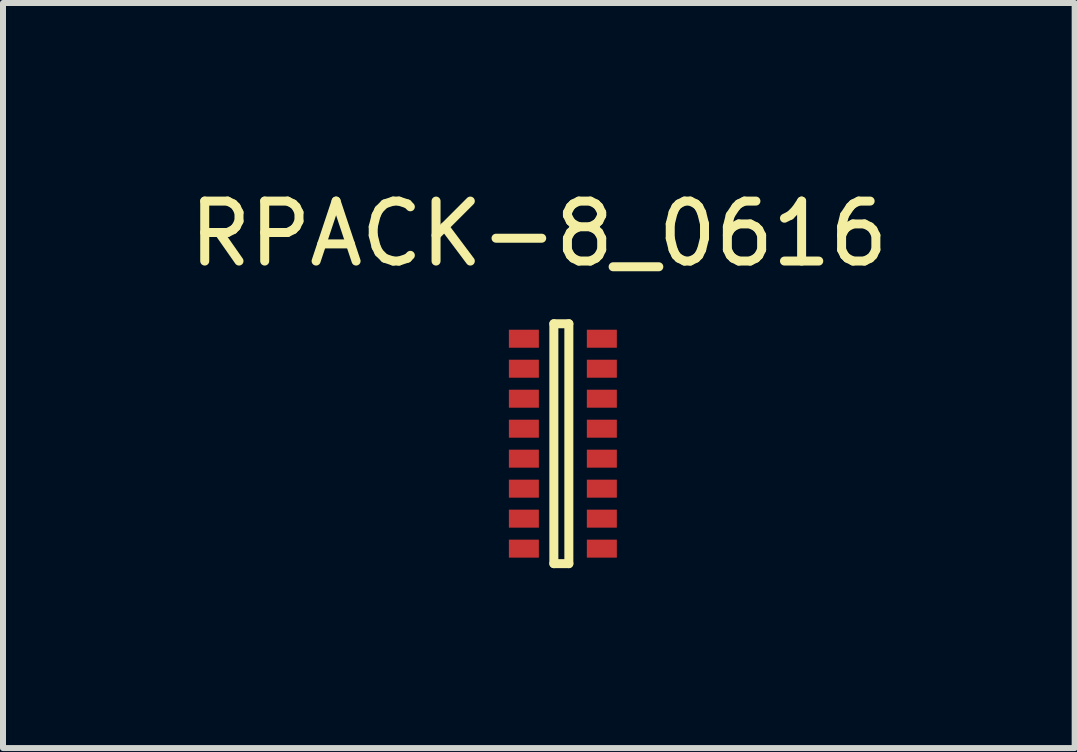
<source format=kicad_pcb>
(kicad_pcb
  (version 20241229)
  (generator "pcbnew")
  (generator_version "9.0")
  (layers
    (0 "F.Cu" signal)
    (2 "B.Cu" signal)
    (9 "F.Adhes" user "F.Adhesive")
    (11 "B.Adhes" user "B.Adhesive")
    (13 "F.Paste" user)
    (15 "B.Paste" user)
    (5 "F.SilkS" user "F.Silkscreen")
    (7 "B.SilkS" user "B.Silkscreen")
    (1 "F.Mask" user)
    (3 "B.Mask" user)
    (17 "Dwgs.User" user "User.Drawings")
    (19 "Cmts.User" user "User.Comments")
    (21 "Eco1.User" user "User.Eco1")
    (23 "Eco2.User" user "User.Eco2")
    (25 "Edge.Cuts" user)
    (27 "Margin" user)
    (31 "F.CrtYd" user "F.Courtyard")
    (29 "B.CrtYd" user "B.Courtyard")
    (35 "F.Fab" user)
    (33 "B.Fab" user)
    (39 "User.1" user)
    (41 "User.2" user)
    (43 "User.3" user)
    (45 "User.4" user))
  (footprint "RPACK-8_0616"
    (layer "F.Cu")
    (at 6.435 2.348)
    (property "Reference" "RPACK-8_0616" (at -0.5 -1.5 0) (layer "F.SilkS") (effects (font (size 1 1) (thickness 0.15))))
    (attr through_hole)
    (fp_line (start -0.25 0) (end -0.25 4) (stroke (width 0.15) (type solid)) (layer "F.SilkS"))
    (fp_line (start -0.25 4) (end 0 4) (stroke (width 0.15) (type solid)) (layer "F.SilkS"))
    (fp_line (start 0 0) (end -0.25 0) (stroke (width 0.15) (type solid)) (layer "F.SilkS"))
    (fp_line (start 0 4) (end 0 0) (stroke (width 0.15) (type solid)) (layer "F.SilkS"))
    (pad "1" smd rect (at -0.75 0.25 90) (size 0.3 0.5) (layers "F.Cu" "F.Mask" "F.Paste"))
    (pad "2" smd rect (at -0.75 0.75 90) (size 0.3 0.5) (layers "F.Cu" "F.Mask" "F.Paste"))
    (pad "3" smd rect (at -0.75 1.25 90) (size 0.3 0.5) (layers "F.Cu" "F.Mask" "F.Paste"))
    (pad "4" smd rect (at -0.75 1.75 90) (size 0.3 0.5) (layers "F.Cu" "F.Mask" "F.Paste"))
    (pad "5" smd rect (at -0.75 2.25 90) (size 0.3 0.5) (layers "F.Cu" "F.Mask" "F.Paste"))
    (pad "6" smd rect (at -0.75 2.75 90) (size 0.3 0.5) (layers "F.Cu" "F.Mask" "F.Paste"))
    (pad "7" smd rect (at -0.75 3.25 90) (size 0.3 0.5) (layers "F.Cu" "F.Mask" "F.Paste"))
    (pad "8" smd rect (at -0.75 3.75 90) (size 0.3 0.5) (layers "F.Cu" "F.Mask" "F.Paste"))
    (pad "9" smd rect (at 0.55 3.75 90) (size 0.3 0.5) (layers "F.Cu" "F.Mask" "F.Paste"))
    (pad "10" smd rect (at 0.55 3.25 90) (size 0.3 0.5) (layers "F.Cu" "F.Mask" "F.Paste"))
    (pad "11" smd rect (at 0.55 2.75 90) (size 0.3 0.5) (layers "F.Cu" "F.Mask" "F.Paste"))
    (pad "12" smd rect (at 0.55 2.25 90) (size 0.3 0.5) (layers "F.Cu" "F.Mask" "F.Paste"))
    (pad "13" smd rect (at 0.55 1.75 90) (size 0.3 0.5) (layers "F.Cu" "F.Mask" "F.Paste"))
    (pad "14" smd rect (at 0.55 1.25 90) (size 0.3 0.5) (layers "F.Cu" "F.Mask" "F.Paste"))
    (pad "15" smd rect (at 0.55 0.75 90) (size 0.3 0.5) (layers "F.Cu" "F.Mask" "F.Paste"))
    (pad "16" smd rect (at 0.55 0.25 90) (size 0.3 0.5) (layers "F.Cu" "F.Mask" "F.Paste")))
  (gr_rect
    (start -3 -3)
    (end 14.869 9.423)
    (stroke (width 0.1) (type default))
    (fill no)
    (layer "Edge.Cuts")))
</source>
